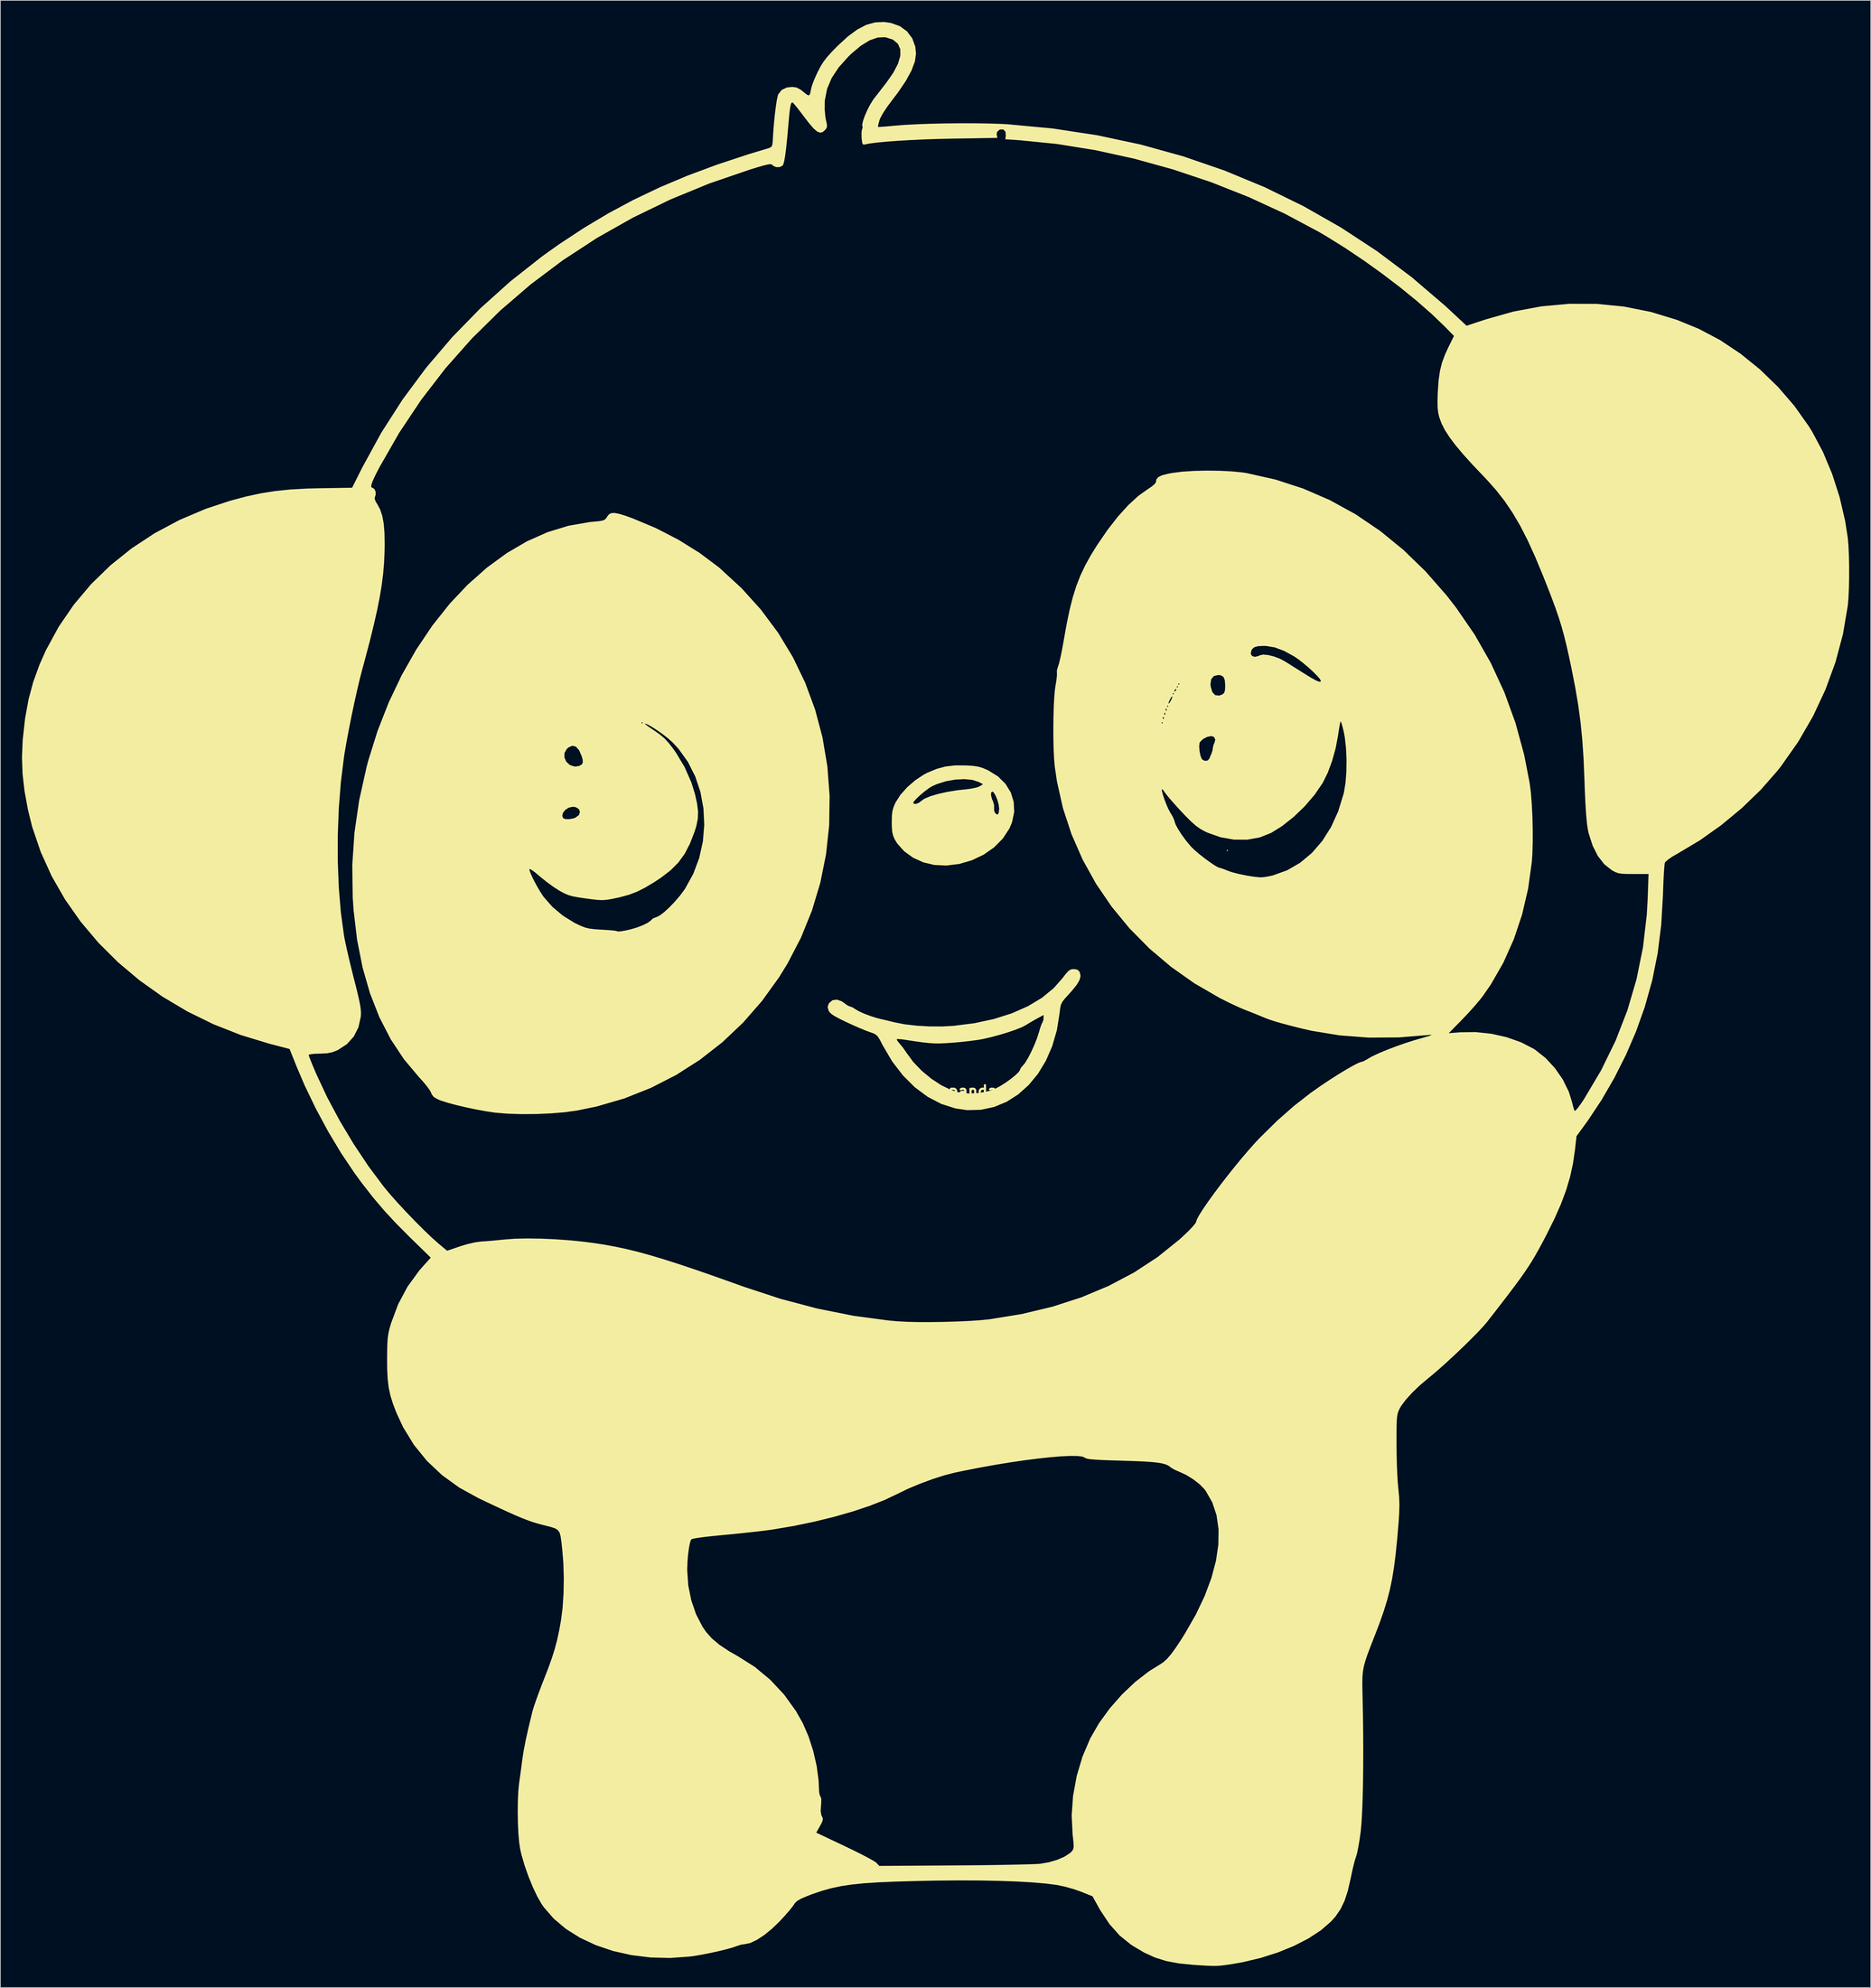
<source format=kicad_pcb>
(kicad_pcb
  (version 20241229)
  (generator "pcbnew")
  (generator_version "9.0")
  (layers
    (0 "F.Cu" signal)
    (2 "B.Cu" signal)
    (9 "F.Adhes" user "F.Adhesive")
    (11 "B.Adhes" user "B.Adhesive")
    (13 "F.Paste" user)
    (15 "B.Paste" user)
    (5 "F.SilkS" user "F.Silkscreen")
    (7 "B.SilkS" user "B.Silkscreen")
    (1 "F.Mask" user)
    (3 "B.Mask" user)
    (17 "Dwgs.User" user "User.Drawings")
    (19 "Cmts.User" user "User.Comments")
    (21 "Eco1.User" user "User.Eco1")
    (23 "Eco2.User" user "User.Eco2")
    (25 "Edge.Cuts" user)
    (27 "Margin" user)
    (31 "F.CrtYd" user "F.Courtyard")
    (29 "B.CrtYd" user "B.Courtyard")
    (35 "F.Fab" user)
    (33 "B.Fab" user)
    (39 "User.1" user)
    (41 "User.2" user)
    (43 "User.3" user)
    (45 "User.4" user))
  (footprint "panda"
    (layer "F.Cu")
    (at 131.952 148.324)
    (property "Reference" "panda" (at 0 0 0) (layer "F.SilkS") (effects (font (size 1.5 1.5) (thickness 0.3))))
    (attr board_only exclude_from_pos_files exclude_from_bom)
    (fp_poly (pts (xy 35.406 -33.386) (xy 35.31 -33.289) (xy 35.214 -33.386) (xy 35.31 -33.482)) (stroke (width 0) (type solid)) (fill yes) (layer "F.SilkS"))
    (fp_poly (pts (xy -0.975 -45.183) (xy -0.021 -45.125) (xy 0.693 -45.025) (xy 1.309 -44.851) (xy 1.972 -44.57) (xy 2.149 -44.486) (xy 3.489 -43.656) (xy 4.534 -42.623) (xy 5.267 -41.429) (xy 5.673 -40.117) (xy 5.738 -38.73) (xy 5.444 -37.311) (xy 5.077 -36.438) (xy 4.16 -35.036) (xy 2.948 -33.815) (xy 1.498 -32.801) (xy -0.132 -32.025) (xy -1.882 -31.513) (xy -3.695 -31.294) (xy -5.358 -31.374) (xy -6.889 -31.74) (xy -8.301 -32.386) (xy -9.523 -33.266) (xy -10.484 -34.336) (xy -10.823 -34.888) (xy -11.052 -35.402) (xy -11.184 -35.962) (xy -11.243 -36.693) (xy -11.252 -37.33) (xy -11.232 -38.226) (xy -11.152 -38.887) (xy -10.984 -39.46) (xy -10.745 -39.998) (xy -8.274 -39.998) (xy -8.135 -39.84) (xy -7.807 -39.862) (xy -7.426 -40.036) (xy -7.223 -40.208) (xy -6.729 -40.557) (xy -5.914 -40.9) (xy -5.535 -41.015) (xy 2.523 -41.015) (xy 2.664 -40.493) (xy 2.78 -40.237) (xy 2.947 -39.72) (xy 2.95 -39.283) (xy 2.955 -38.884) (xy 3.119 -38.536) (xy 3.36 -38.373) (xy 3.485 -38.402) (xy 3.596 -38.646) (xy 3.651 -39.113) (xy 3.652 -39.218) (xy 3.581 -39.768) (xy 3.404 -40.391) (xy 3.168 -40.973) (xy 2.918 -41.402) (xy 2.703 -41.564) (xy 2.534 -41.408) (xy 2.523 -41.015) (xy -5.535 -41.015) (xy -4.843 -41.222) (xy -3.579 -41.505) (xy -2.187 -41.732) (xy -0.962 -41.867) (xy -0.188 -41.967) (xy 0.488 -42.112) (xy 0.929 -42.273) (xy 0.946 -42.284) (xy 1.412 -42.577) (xy 0.85 -42.873) (xy -0.043 -43.17) (xy -1.172 -43.281) (xy -2.438 -43.216) (xy -3.746 -42.983) (xy -4.996 -42.591) (xy -5.65 -42.298) (xy -6.123 -42.004) (xy -6.692 -41.578) (xy -7.274 -41.091) (xy -7.787 -40.615) (xy -8.148 -40.224) (xy -8.274 -39.998) (xy -10.745 -39.998) (xy -10.726 -40.041) (xy -10.054 -41.099) (xy -9.105 -42.161) (xy -7.976 -43.136) (xy -6.764 -43.934) (xy -6.343 -44.152) (xy -5.027 -44.703) (xy -3.77 -45.04) (xy -2.43 -45.189)) (stroke (width 0) (type solid)) (fill yes) (layer "F.SilkS"))
    (fp_poly (pts (xy 14.507 -16.852) (xy 14.802 -16.551) (xy 14.854 -16.447) (xy 14.949 -15.972) (xy 14.81 -15.419) (xy 14.414 -14.745) (xy 13.74 -13.907) (xy 13.319 -13.443) (xy 12.767 -12.836) (xy 12.421 -12.389) (xy 12.224 -11.981) (xy 12.117 -11.495) (xy 12.046 -10.872) (xy 11.662 -8.465) (xy 11.018 -6.238) (xy 10.135 -4.211) (xy 9.038 -2.404) (xy 7.748 -0.839) (xy 6.289 0.465) (xy 4.682 1.485) (xy 2.95 2.202) (xy 1.116 2.594) (xy -0.797 2.641) (xy -2.405 2.408) (xy -4.388 1.776) (xy -6.283 0.785) (xy -8.066 -0.542) (xy -9.712 -2.184) (xy -11.197 -4.12) (xy -12.495 -6.327) (xy -12.571 -6.477) (xy -12.932 -7.17) (xy -12.954 -7.203) (xy -10.564 -7.203) (xy -10.504 -7.022) (xy -10.246 -6.684) (xy -10.16 -6.589) (xy -9.739 -6.079) (xy -9.298 -5.461) (xy -9.19 -5.292) (xy -8.255 -4.024) (xy -7.088 -2.815) (xy -5.769 -1.724) (xy -4.38 -0.813) (xy -3.001 -0.143) (xy -1.924 0.186) (xy -0.56 0.335) (xy 0.888 0.262) (xy 2.264 -0.016) (xy 3.127 -0.337) (xy 3.809 -0.704) (xy 4.545 -1.171) (xy 5.26 -1.683) (xy 5.88 -2.182) (xy 6.331 -2.611) (xy 6.537 -2.913) (xy 6.542 -2.95) (xy 6.676 -3.244) (xy 6.922 -3.511) (xy 7.248 -3.91) (xy 7.653 -4.579) (xy 8.091 -5.426) (xy 8.517 -6.357) (xy 8.885 -7.278) (xy 9.146 -8.082) (xy 9.342 -8.745) (xy 9.525 -9.263) (xy 9.65 -9.515) (xy 9.783 -9.842) (xy 9.814 -10.127) (xy 9.814 -10.556) (xy 8.9 -10.062) (xy 8.218 -9.679) (xy 7.551 -9.28) (xy 7.312 -9.129) (xy 6.766 -8.85) (xy 5.931 -8.519) (xy 4.891 -8.163) (xy 3.734 -7.811) (xy 2.545 -7.489) (xy 1.412 -7.226) (xy 1.397 -7.223) (xy 0.659 -7.096) (xy -0.335 -6.961) (xy -1.459 -6.834) (xy -2.585 -6.731) (xy -2.644 -6.726) (xy -3.664 -6.653) (xy -4.516 -6.614) (xy -5.29 -6.616) (xy -6.081 -6.664) (xy -6.982 -6.762) (xy -8.085 -6.917) (xy -9.327 -7.109) (xy -9.949 -7.192) (xy -10.4 -7.223) (xy -10.564 -7.203) (xy -12.954 -7.203) (xy -13.217 -7.606) (xy -13.516 -7.872) (xy -13.918 -8.059) (xy -14.281 -8.181) (xy -14.858 -8.393) (xy -15.671 -8.728) (xy -16.611 -9.14) (xy -17.546 -9.57) (xy -18.525 -10.046) (xy -19.206 -10.415) (xy -19.648 -10.714) (xy -19.91 -10.983) (xy -20.022 -11.184) (xy -20.149 -11.66) (xy -20.028 -12.065) (xy -19.934 -12.218) (xy -19.475 -12.611) (xy -18.872 -12.692) (xy -18.205 -12.462) (xy -17.86 -12.219) (xy -17.43 -11.907) (xy -17.089 -11.744) (xy -17.041 -11.738) (xy -16.72 -11.628) (xy -16.334 -11.382) (xy -15.831 -11.084) (xy -15.078 -10.744) (xy -14.195 -10.41) (xy -13.307 -10.13) (xy -12.799 -10.002) (xy -12.171 -9.858) (xy -11.383 -9.668) (xy -10.872 -9.54) (xy -9.486 -9.268) (xy -7.842 -9.077) (xy -6.061 -8.974) (xy -4.26 -8.967) (xy -2.687 -9.051) (xy 0.236 -9.422) (xy 2.949 -10.008) (xy 5.428 -10.797) (xy 7.649 -11.779) (xy 9.587 -12.943) (xy 11.217 -14.279) (xy 12.411 -15.632) (xy 12.91 -16.28) (xy 13.272 -16.67) (xy 13.576 -16.865) (xy 13.898 -16.929) (xy 14.003 -16.931)) (stroke (width 0) (type solid)) (fill yes) (layer "F.SilkS"))
    (fp_poly (pts (xy -49.104 -80.093) (xy -48.22 -79.822) (xy -47.218 -79.462) (xy -43.983 -78.106) (xy -40.867 -76.498) (xy -37.95 -74.685) (xy -35.314 -72.714) (xy -35.107 -72.541) (xy -32.099 -69.774) (xy -29.404 -66.788) (xy -27.029 -63.596) (xy -24.981 -60.214) (xy -23.266 -56.656) (xy -21.891 -52.935) (xy -20.864 -49.067) (xy -20.191 -45.065) (xy -19.88 -40.986) (xy -19.938 -36.898) (xy -20.37 -32.861) (xy -21.17 -28.9) (xy -22.33 -25.039) (xy -23.844 -21.304) (xy -25.705 -17.717) (xy -26.899 -15.779) (xy -29.263 -12.5) (xy -31.89 -9.495) (xy -34.762 -6.776) (xy -37.861 -4.354) (xy -41.169 -2.241) (xy -44.67 -0.448) (xy -48.344 1.013) (xy -52.175 2.13) (xy -54.937 2.7) (xy -56.619 2.93) (xy -58.544 3.09) (xy -60.592 3.18) (xy -62.64 3.196) (xy -64.567 3.135) (xy -66.25 2.993) (xy -66.381 2.977) (xy -67.597 2.795) (xy -68.935 2.55) (xy -70.307 2.261) (xy -71.624 1.951) (xy -72.798 1.638) (xy -73.739 1.344) (xy -74.2 1.166) (xy -74.8 0.824) (xy -75.107 0.428) (xy -75.164 0.255) (xy -75.347 -0.099) (xy -75.742 -0.646) (xy -76.288 -1.309) (xy -76.855 -1.934) (xy -78.954 -4.43) (xy -80.788 -7.203) (xy -82.356 -10.248) (xy -83.656 -13.561) (xy -84.686 -17.138) (xy -85.446 -20.975) (xy -85.932 -25.068) (xy -86.054 -26.843) (xy -86.11 -30.798) (xy -61.54 -30.798) (xy -61.49 -30.513) (xy -61.279 -29.986) (xy -60.948 -29.298) (xy -60.542 -28.534) (xy -60.102 -27.775) (xy -59.673 -27.106) (xy -59.529 -26.904) (xy -58.345 -25.557) (xy -56.895 -24.341) (xy -55.298 -23.353) (xy -55.13 -23.268) (xy -54.387 -22.915) (xy -53.787 -22.685) (xy -53.196 -22.543) (xy -52.479 -22.457) (xy -51.571 -22.399) (xy -50.731 -22.347) (xy -50.046 -22.292) (xy -49.599 -22.241) (xy -49.47 -22.21) (xy -49.247 -22.138) (xy -48.786 -22.171) (xy -48.036 -22.313) (xy -47.571 -22.419) (xy -46.665 -22.679) (xy -45.819 -23.002) (xy -45.125 -23.346) (xy -44.678 -23.668) (xy -44.593 -23.774) (xy -44.312 -23.993) (xy -43.889 -24.146) (xy -43.436 -24.368) (xy -42.823 -24.838) (xy -42.112 -25.493) (xy -41.368 -26.267) (xy -40.656 -27.098) (xy -40.04 -27.921) (xy -39.925 -28.094) (xy -38.787 -30.159) (xy -37.968 -32.351) (xy -37.464 -34.627) (xy -37.271 -36.939) (xy -37.386 -39.244) (xy -37.804 -41.496) (xy -38.522 -43.651) (xy -39.536 -45.662) (xy -40.841 -47.485) (xy -41.672 -48.382) (xy -42.244 -48.893) (xy -42.946 -49.446) (xy -43.698 -49.986) (xy -44.419 -50.458) (xy -45.029 -50.809) (xy -45.447 -50.983) (xy -45.52 -50.992) (xy -45.455 -50.897) (xy -45.129 -50.644) (xy -44.602 -50.279) (xy -44.354 -50.116) (xy -43.504 -49.528) (xy -42.821 -48.955) (xy -42.201 -48.293) (xy -41.546 -47.443) (xy -41.198 -46.952) (xy -40.002 -44.959) (xy -39.057 -42.812) (xy -38.561 -41.216) (xy -38.266 -39.883) (xy -38.134 -38.779) (xy -38.168 -37.785) (xy -38.369 -36.782) (xy -38.606 -36.016) (xy -39.262 -34.322) (xy -39.992 -32.915) (xy -40.864 -31.713) (xy -41.941 -30.634) (xy -43.29 -29.597) (xy -44.227 -28.979) (xy -45.49 -28.223) (xy -46.604 -27.664) (xy -47.709 -27.243) (xy -48.945 -26.905) (xy -49.677 -26.744) (xy -50.402 -26.601) (xy -50.982 -26.519) (xy -51.529 -26.495) (xy -52.154 -26.531) (xy -52.969 -26.625) (xy -53.718 -26.726) (xy -54.762 -26.879) (xy -55.531 -27.025) (xy -56.132 -27.195) (xy -56.672 -27.422) (xy -57.258 -27.738) (xy -57.439 -27.843) (xy -58.244 -28.365) (xy -59.152 -29.026) (xy -59.99 -29.7) (xy -60.128 -29.82) (xy -60.714 -30.312) (xy -61.186 -30.658) (xy -61.479 -30.812) (xy -61.54 -30.798) (xy -86.11 -30.798) (xy -86.118 -31.313) (xy -85.819 -35.812) (xy -85.477 -38.165) (xy -56.981 -38.165) (xy -56.829 -37.843) (xy -56.502 -37.731) (xy -55.972 -37.733) (xy -55.403 -37.841) (xy -55.149 -37.934) (xy -54.673 -38.294) (xy -54.52 -38.722) (xy -54.668 -39.12) (xy -55.093 -39.388) (xy -55.514 -39.447) (xy -56.079 -39.324) (xy -56.56 -39.012) (xy -56.884 -38.597) (xy -56.981 -38.165) (xy -85.477 -38.165) (xy -85.156 -40.364) (xy -84.126 -44.991) (xy -83.885 -45.893) (xy -83.575 -46.882) (xy -56.673 -46.882) (xy -56.672 -46.264) (xy -56.41 -45.686) (xy -55.934 -45.245) (xy -55.292 -45.034) (xy -55.153 -45.027) (xy -54.634 -45.11) (xy -54.269 -45.31) (xy -54.258 -45.322) (xy -54.122 -45.592) (xy -54.144 -45.974) (xy -54.269 -46.429) (xy -54.636 -47.284) (xy -55.077 -47.782) (xy -55.576 -47.917) (xy -56.115 -47.678) (xy -56.366 -47.448) (xy -56.673 -46.882) (xy -83.575 -46.882) (xy -82.61 -49.966) (xy -82.17 -51.089) (xy -45.989 -51.089) (xy -45.893 -50.992) (xy -45.797 -51.089) (xy -45.893 -51.185) (xy -45.989 -51.089) (xy -82.17 -51.089) (xy -81.063 -53.911) (xy -79.264 -57.689) (xy -77.236 -61.261) (xy -74.999 -64.59) (xy -72.577 -67.637) (xy -70.113 -70.245) (xy -67.436 -72.619) (xy -64.691 -74.628) (xy -61.886 -76.269) (xy -59.026 -77.538) (xy -56.121 -78.431) (xy -53.176 -78.945) (xy -52.619 -78.998) (xy -51.841 -79.074) (xy -51.351 -79.162) (xy -51.054 -79.299) (xy -50.854 -79.519) (xy -50.752 -79.685) (xy -50.51 -80.004) (xy -50.192 -80.181) (xy -49.742 -80.212)) (stroke (width 0) (type solid)) (fill yes) (layer "F.SilkS"))
    (fp_poly (pts (xy -11.365 -148.187) (xy -10.129 -147.744) (xy -9.132 -147.019) (xy -8.406 -146.052) (xy -7.985 -144.884) (xy -7.889 -143.918) (xy -8.044 -142.842) (xy -8.51 -141.591) (xy -9.293 -140.158) (xy -10.396 -138.535) (xy -11.069 -137.648) (xy -11.874 -136.572) (xy -12.483 -135.654) (xy -12.866 -134.941) (xy -12.957 -134.697) (xy -13.099 -134.175) (xy -13.168 -133.834) (xy -13.168 -133.77) (xy -12.971 -133.764) (xy -12.469 -133.793) (xy -11.74 -133.853) (xy -10.939 -133.928) (xy -9.537 -134.041) (xy -7.835 -134.133) (xy -5.92 -134.203) (xy -3.875 -134.25) (xy -1.786 -134.273) (xy 0.262 -134.27) (xy 2.184 -134.241) (xy 3.895 -134.184) (xy 4.811 -134.134) (xy 11.1 -133.547) (xy 17.267 -132.606) (xy 23.301 -131.317) (xy 29.191 -129.684) (xy 34.926 -127.711) (xy 40.495 -125.404) (xy 45.888 -122.766) (xy 51.094 -119.802) (xy 56.102 -116.517) (xy 60.901 -112.915) (xy 65.481 -109.001) (xy 66.344 -108.205) (xy 68.515 -106.178) (xy 71.155 -107.055) (xy 75.013 -108.147) (xy 78.884 -108.871) (xy 82.748 -109.226) (xy 86.584 -109.216) (xy 90.371 -108.839) (xy 94.087 -108.098) (xy 97.712 -106.993) (xy 100.774 -105.737) (xy 103.7 -104.188) (xy 106.535 -102.3) (xy 109.231 -100.119) (xy 111.74 -97.687) (xy 114.012 -95.049) (xy 115.999 -92.249) (xy 116.491 -91.454) (xy 117.973 -88.666) (xy 119.245 -85.623) (xy 120.278 -82.413) (xy 121.045 -79.12) (xy 121.41 -76.782) (xy 121.505 -75.72) (xy 121.568 -74.382) (xy 121.601 -72.878) (xy 121.602 -71.316) (xy 121.572 -69.805) (xy 121.511 -68.454) (xy 121.418 -67.37) (xy 121.415 -67.343) (xy 120.748 -63.413) (xy 119.712 -59.524) (xy 118.322 -55.714) (xy 116.593 -52.017) (xy 114.541 -48.47) (xy 112.18 -45.109) (xy 111.663 -44.451) (xy 109.344 -41.807) (xy 106.72 -39.271) (xy 103.871 -36.908) (xy 100.874 -34.783) (xy 97.881 -33) (xy 97.051 -32.519) (xy 96.43 -32.09) (xy 96.079 -31.758) (xy 96.032 -31.677) (xy 95.981 -31.367) (xy 95.927 -30.737) (xy 95.872 -29.85) (xy 95.821 -28.77) (xy 95.778 -27.562) (xy 95.768 -27.228) (xy 95.527 -23.071) (xy 95.035 -19.14) (xy 94.276 -15.358) (xy 93.235 -11.649) (xy 92.031 -8.274) (xy 90.65 -5.065) (xy 89.034 -1.857) (xy 87.249 1.228) (xy 85.364 4.066) (xy 85.133 4.386) (xy 83.771 6.254) (xy 83.553 8.178) (xy 83.279 10.06) (xy 82.88 11.891) (xy 82.333 13.734) (xy 81.617 15.654) (xy 80.708 17.714) (xy 79.583 19.979) (xy 79.044 21.002) (xy 78.558 21.901) (xy 78.1 22.716) (xy 77.644 23.487) (xy 77.16 24.255) (xy 76.621 25.061) (xy 75.999 25.945) (xy 75.264 26.946) (xy 74.389 28.107) (xy 73.347 29.467) (xy 72.107 31.067) (xy 71.375 32.008) (xy 70.844 32.631) (xy 70.078 33.449) (xy 69.134 34.407) (xy 68.07 35.45) (xy 66.943 36.524) (xy 65.811 37.573) (xy 64.73 38.543) (xy 63.76 39.378) (xy 63.203 39.832) (xy 62.041 40.812) (xy 60.989 41.819) (xy 60.106 42.789) (xy 59.455 43.655) (xy 59.217 44.065) (xy 59.074 44.372) (xy 58.967 44.681) (xy 58.89 45.049) (xy 58.84 45.537) (xy 58.81 46.201) (xy 58.796 47.103) (xy 58.792 48.299) (xy 58.793 49.068) (xy 58.808 50.448) (xy 58.844 51.84) (xy 58.897 53.149) (xy 58.963 54.276) (xy 59.038 55.125) (xy 59.046 55.186) (xy 59.155 56.294) (xy 59.195 57.366) (xy 59.166 58.546) (xy 59.083 59.804) (xy 58.883 62.178) (xy 58.675 64.236) (xy 58.446 66.043) (xy 58.181 67.669) (xy 57.866 69.181) (xy 57.486 70.646) (xy 57.027 72.133) (xy 56.475 73.709) (xy 55.815 75.441) (xy 55.705 75.719) (xy 55.168 77.089) (xy 54.757 78.179) (xy 54.457 79.069) (xy 54.252 79.837) (xy 54.126 80.562) (xy 54.063 81.322) (xy 54.048 82.195) (xy 54.064 83.261) (xy 54.077 83.801) (xy 54.132 86.435) (xy 54.165 89.033) (xy 54.176 91.552) (xy 54.167 93.951) (xy 54.138 96.186) (xy 54.089 98.216) (xy 54.021 99.997) (xy 53.936 101.488) (xy 53.833 102.646) (xy 53.808 102.849) (xy 53.66 103.888) (xy 53.498 104.845) (xy 53.34 105.628) (xy 53.202 106.144) (xy 53.175 106.216) (xy 53.027 106.668) (xy 52.834 107.398) (xy 52.623 108.303) (xy 52.421 109.271) (xy 52.031 110.965) (xy 51.574 112.354) (xy 51.012 113.516) (xy 50.312 114.532) (xy 49.679 115.237) (xy 48.287 116.436) (xy 46.567 117.56) (xy 44.57 118.587) (xy 42.351 119.492) (xy 39.961 120.256) (xy 37.453 120.853) (xy 35.885 121.128) (xy 35.128 121.239) (xy 34.521 121.316) (xy 33.975 121.359) (xy 33.402 121.369) (xy 32.713 121.349) (xy 31.82 121.3) (xy 30.633 121.223) (xy 30.595 121.221) (xy 28.587 121.023) (xy 26.847 120.695) (xy 25.274 120.202) (xy 23.763 119.511) (xy 22.212 118.588) (xy 21.883 118.37) (xy 20.352 117.131) (xy 18.964 115.571) (xy 17.698 113.667) (xy 17.491 113.303) (xy 16.606 111.709) (xy 14.998 111.065) (xy 13.987 110.712) (xy 12.83 110.388) (xy 11.764 110.157) (xy 11.682 110.144) (xy 10.172 109.947) (xy 8.314 109.785) (xy 6.143 109.66) (xy 3.692 109.571) (xy 0.997 109.519) (xy -1.907 109.506) (xy -4.985 109.531) (xy -8.204 109.596) (xy -10.968 109.68) (xy -13.202 109.777) (xy -15.118 109.905) (xy -16.78 110.074) (xy -18.256 110.296) (xy -19.609 110.58) (xy -20.907 110.939) (xy -22.215 111.382) (xy -22.936 111.656) (xy -23.785 112.015) (xy -24.341 112.327) (xy -24.683 112.64) (xy -24.808 112.832) (xy -25.057 113.187) (xy -25.51 113.742) (xy -26.106 114.421) (xy -26.779 115.15) (xy -26.801 115.174) (xy -27.868 116.206) (xy -28.939 117.077) (xy -29.956 117.747) (xy -30.864 118.181) (xy -31.606 118.341) (xy -31.627 118.341) (xy -32.152 118.419) (xy -32.737 118.606) (xy -32.754 118.613) (xy -33.349 118.82) (xy -34.229 119.065) (xy -35.299 119.326) (xy -36.463 119.581) (xy -37.626 119.809) (xy -38.693 119.99) (xy -39.249 120.067) (xy -42.025 120.266) (xy -44.756 120.195) (xy -47.407 119.866) (xy -49.939 119.294) (xy -52.317 118.489) (xy -54.503 117.467) (xy -56.46 116.24) (xy -58.151 114.82) (xy -59.54 113.222) (xy -59.822 112.815) (xy -60.433 111.758) (xy -61.064 110.432) (xy -61.67 108.948) (xy -62.209 107.415) (xy -62.637 105.945) (xy -62.821 105.147) (xy -62.964 104.177) (xy -63.069 102.927) (xy -63.134 101.499) (xy -63.159 99.995) (xy -63.141 98.519) (xy -63.08 97.173) (xy -62.973 96.059) (xy -62.954 95.923) (xy -62.811 94.924) (xy -62.656 93.789) (xy -62.527 92.778) (xy -62.34 91.563) (xy -62.049 90.056) (xy -61.668 88.331) (xy -61.214 86.463) (xy -61.074 85.917) (xy -60.899 85.343) (xy -60.611 84.501) (xy -60.242 83.484) (xy -59.823 82.379) (xy -59.551 81.684) (xy -58.912 80.036) (xy -58.409 78.631) (xy -58.01 77.362) (xy -57.685 76.126) (xy -57.403 74.818) (xy -57.153 73.439) (xy -56.929 71.686) (xy -56.798 69.688) (xy -56.762 67.574) (xy -56.796 66.458) (xy -39.639 66.458) (xy -39.494 68.576) (xy -39.074 70.646) (xy -38.407 72.586) (xy -37.516 74.311) (xy -37.029 75.021) (xy -36.224 75.929) (xy -35.183 76.807) (xy -33.855 77.693) (xy -32.616 78.4) (xy -30.27 79.88) (xy -28.114 81.671) (xy -26.194 83.725) (xy -24.555 85.997) (xy -23.597 87.695) (xy -22.798 89.541) (xy -22.145 91.568) (xy -21.67 93.647) (xy -21.405 95.648) (xy -21.36 96.73) (xy -21.322 97.321) (xy -21.227 97.742) (xy -21.15 97.858) (xy -21.036 98.144) (xy -21.039 98.773) (xy -21.07 99.097) (xy -21.116 99.921) (xy -21.018 100.467) (xy -20.943 100.617) (xy -20.817 100.898) (xy -20.842 101.203) (xy -21.042 101.652) (xy -21.208 101.954) (xy -21.729 102.881) (xy -17.744 104.766) (xy -16.577 105.328) (xy -15.511 105.861) (xy -14.601 106.335) (xy -13.902 106.722) (xy -13.47 106.992) (xy -13.373 107.072) (xy -12.989 107.494) (xy -2.598 107.427) (xy -0.577 107.411) (xy 1.374 107.391) (xy 3.21 107.366) (xy 4.891 107.337) (xy 6.374 107.307) (xy 7.616 107.274) (xy 8.574 107.241) (xy 9.207 107.208) (xy 9.358 107.195) (xy 10.556 106.989) (xy 11.712 106.647) (xy 12.722 106.209) (xy 13.483 105.714) (xy 13.66 105.547) (xy 13.844 105.332) (xy 13.952 105.106) (xy 13.991 104.785) (xy 13.968 104.284) (xy 13.889 103.518) (xy 13.843 103.123) (xy 13.714 100.498) (xy 13.908 97.774) (xy 14.41 95.032) (xy 15.206 92.357) (xy 16.278 89.831) (xy 16.311 89.766) (xy 17.516 87.681) (xy 18.998 85.642) (xy 20.689 83.718) (xy 22.523 81.98) (xy 24.433 80.499) (xy 25.931 79.569) (xy 26.432 79.239) (xy 26.936 78.783) (xy 27.481 78.155) (xy 28.104 77.307) (xy 28.843 76.195) (xy 29.401 75.311) (xy 30.931 72.65) (xy 32.165 70.061) (xy 33.101 67.563) (xy 33.737 65.174) (xy 34.07 62.911) (xy 34.097 60.792) (xy 33.818 58.836) (xy 33.228 57.061) (xy 32.325 55.485) (xy 32.106 55.194) (xy 31.46 54.537) (xy 30.584 53.86) (xy 29.614 53.259) (xy 28.689 52.827) (xy 28.634 52.807) (xy 28.032 52.548) (xy 27.529 52.255) (xy 27.426 52.173) (xy 27.128 51.958) (xy 26.74 51.783) (xy 26.218 51.643) (xy 25.519 51.532) (xy 24.598 51.443) (xy 23.411 51.372) (xy 21.915 51.313) (xy 20.642 51.274) (xy 19.065 51.226) (xy 17.833 51.177) (xy 16.911 51.124) (xy 16.259 51.064) (xy 15.839 50.995) (xy 15.613 50.912) (xy 15.568 50.874) (xy 15.218 50.712) (xy 14.527 50.627) (xy 13.53 50.615) (xy 12.262 50.672) (xy 10.758 50.795) (xy 9.052 50.978) (xy 7.181 51.218) (xy 5.178 51.512) (xy 3.08 51.854) (xy 0.92 52.242) (xy -1.265 52.671) (xy -2.476 52.925) (xy -3.946 53.304) (xy -5.609 53.836) (xy -7.331 54.472) (xy -8.977 55.161) (xy -10.413 55.855) (xy -10.461 55.88) (xy -12.229 56.72) (xy -14.324 57.541) (xy -16.687 58.329) (xy -19.261 59.065) (xy -21.988 59.735) (xy -24.809 60.322) (xy -27.667 60.808) (xy -28.19 60.885) (xy -29.036 60.996) (xy -30.17 61.129) (xy -31.497 61.274) (xy -32.919 61.421) (xy -34.342 61.558) (xy -34.631 61.585) (xy -36.082 61.726) (xy -37.287 61.863) (xy -38.212 61.99) (xy -38.823 62.102) (xy -39.087 62.195) (xy -39.092 62.201) (xy -39.245 62.627) (xy -39.389 63.342) (xy -39.511 64.249) (xy -39.598 65.253) (xy -39.638 66.256) (xy -39.639 66.458) (xy -56.796 66.458) (xy -56.825 65.474) (xy -56.979 63.596) (xy -57.098 62.517) (xy -57.209 61.749) (xy -57.363 61.227) (xy -57.614 60.882) (xy -58.015 60.647) (xy -58.619 60.455) (xy -59.479 60.237) (xy -59.661 60.192) (xy -60.361 60.005) (xy -61.041 59.798) (xy -61.75 59.554) (xy -62.534 59.25) (xy -63.441 58.869) (xy -64.519 58.389) (xy -65.815 57.792) (xy -67.377 57.057) (xy -68.599 56.476) (xy -71.27 55.007) (xy -73.657 53.281) (xy -75.755 51.305) (xy -77.56 49.083) (xy -79.066 46.62) (xy -79.987 44.642) (xy -80.471 43.382) (xy -80.823 42.245) (xy -81.063 41.128) (xy -81.207 39.924) (xy -81.274 38.53) (xy -81.284 37.138) (xy -81.272 35.91) (xy -81.245 34.975) (xy -81.192 34.242) (xy -81.103 33.62) (xy -80.968 33.018) (xy -80.777 32.343) (xy -80.743 32.231) (xy -79.749 29.568) (xy -78.45 27.134) (xy -76.835 24.912) (xy -76.303 24.302) (xy -75.221 23.108) (xy -78.121 20.279) (xy -80.046 18.344) (xy -81.745 16.507) (xy -83.314 14.655) (xy -84.85 12.677) (xy -85.794 11.386) (xy -87.653 8.622) (xy -89.472 5.59) (xy -91.187 2.407) (xy -92.734 -0.809) (xy -93.786 -3.272) (xy -94.485 -5.014) (xy -92.171 -5.014) (xy -92.099 -4.78) (xy -91.9 -4.263) (xy -91.602 -3.533) (xy -91.233 -2.658) (xy -91.109 -2.369) (xy -89.616 0.824) (xy -87.87 4.091) (xy -85.939 7.318) (xy -83.891 10.393) (xy -81.792 13.204) (xy -81.657 13.373) (xy -80.796 14.4) (xy -79.749 15.575) (xy -78.585 16.826) (xy -77.374 18.081) (xy -76.188 19.267) (xy -75.095 20.312) (xy -74.167 21.142) (xy -74.049 21.241) (xy -72.957 22.151) (xy -71.163 21.537) (xy -70.136 21.227) (xy -69.134 20.995) (xy -68.309 20.876) (xy -68.214 20.87) (xy -67.522 20.825) (xy -66.591 20.747) (xy -65.567 20.649) (xy -64.943 20.583) (xy -63.511 20.479) (xy -61.79 20.443) (xy -59.869 20.472) (xy -57.837 20.564) (xy -55.783 20.716) (xy -54.14 20.885) (xy -52.609 21.08) (xy -51.122 21.308) (xy -49.642 21.578) (xy -48.13 21.9) (xy -46.548 22.287) (xy -44.858 22.748) (xy -43.022 23.295) (xy -41.002 23.937) (xy -38.76 24.685) (xy -36.257 25.551) (xy -33.456 26.544) (xy -31.846 27.123) (xy -26.706 28.814) (xy -21.598 30.167) (xy -16.554 31.177) (xy -11.607 31.835) (xy -10.487 31.935) (xy -9.21 32.008) (xy -7.648 32.045) (xy -5.899 32.05) (xy -4.056 32.024) (xy -2.217 31.969) (xy -0.476 31.888) (xy 1.07 31.783) (xy 2.309 31.657) (xy 6.797 30.928) (xy 11.055 29.91) (xy 15.076 28.608) (xy 18.852 27.024) (xy 22.377 25.161) (xy 25.642 23.023) (xy 28.641 20.613) (xy 29.433 19.888) (xy 30.059 19.275) (xy 30.564 18.734) (xy 30.889 18.331) (xy 30.98 18.15) (xy 31.101 17.776) (xy 31.442 17.153) (xy 31.972 16.32) (xy 32.659 15.319) (xy 33.474 14.191) (xy 34.385 12.976) (xy 35.36 11.717) (xy 36.369 10.454) (xy 37.38 9.227) (xy 38.363 8.079) (xy 39.285 7.051) (xy 39.83 6.474) (xy 42.204 4.135) (xy 44.533 2.08) (xy 46.909 0.23) (xy 48.298 -0.748) (xy 49.464 -1.524) (xy 50.595 -2.247) (xy 51.641 -2.887) (xy 52.55 -3.413) (xy 53.272 -3.798) (xy 53.755 -4.009) (xy 53.901 -4.041) (xy 54.224 -4.143) (xy 54.694 -4.398) (xy 54.844 -4.496) (xy 55.463 -4.845) (xy 56.371 -5.268) (xy 57.489 -5.732) (xy 58.736 -6.208) (xy 60.032 -6.663) (xy 61.296 -7.067) (xy 62.153 -7.312) (xy 62.916 -7.527) (xy 63.43 -7.691) (xy 63.655 -7.79) (xy 63.554 -7.81) (xy 63.5 -7.805) (xy 59.126 -7.448) (xy 54.93 -7.422) (xy 50.894 -7.729) (xy 46.997 -8.37) (xy 45.344 -8.752) (xy 43.916 -9.117) (xy 42.794 -9.418) (xy 41.908 -9.675) (xy 41.189 -9.91) (xy 40.568 -10.142) (xy 40.22 -10.286) (xy 39.467 -10.599) (xy 38.565 -10.96) (xy 37.811 -11.253) (xy 37.095 -11.552) (xy 36.165 -11.976) (xy 35.148 -12.466) (xy 34.252 -12.921) (xy 30.752 -14.95) (xy 27.489 -17.252) (xy 24.476 -19.805) (xy 21.73 -22.589) (xy 19.265 -25.583) (xy 17.095 -28.766) (xy 15.236 -32.117) (xy 13.701 -35.616) (xy 12.507 -39.243) (xy 11.965 -41.653) (xy 26.236 -41.653) (xy 26.357 -41.166) (xy 26.567 -40.525) (xy 26.831 -39.83) (xy 27.112 -39.179) (xy 27.376 -38.671) (xy 27.441 -38.569) (xy 27.758 -38.032) (xy 27.959 -37.557) (xy 27.988 -37.425) (xy 28.143 -36.973) (xy 28.496 -36.32) (xy 28.993 -35.553) (xy 29.575 -34.757) (xy 30.187 -34.019) (xy 30.345 -33.846) (xy 30.82 -33.39) (xy 31.451 -32.855) (xy 32.16 -32.299) (xy 32.871 -31.777) (xy 33.508 -31.346) (xy 33.994 -31.063) (xy 34.229 -30.98) (xy 34.499 -30.909) (xy 34.988 -30.728) (xy 35.329 -30.587) (xy 36.024 -30.351) (xy 36.966 -30.111) (xy 38.016 -29.897) (xy 39.036 -29.735) (xy 39.888 -29.655) (xy 39.936 -29.653) (xy 40.445 -29.691) (xy 41.143 -29.811) (xy 41.659 -29.93) (xy 43.619 -30.635) (xy 45.421 -31.678) (xy 47.048 -33.037) (xy 48.481 -34.692) (xy 49.704 -36.621) (xy 50.697 -38.804) (xy 51.442 -41.219) (xy 51.501 -41.467) (xy 51.714 -42.754) (xy 51.832 -44.285) (xy 51.856 -45.93) (xy 51.785 -47.56) (xy 51.621 -49.046) (xy 51.483 -49.793) (xy 51.312 -50.5) (xy 51.162 -51.021) (xy 51.055 -51.277) (xy 51.031 -51.287) (xy 50.965 -51.067) (xy 50.865 -50.552) (xy 50.749 -49.829) (xy 50.674 -49.311) (xy 50.343 -47.552) (xy 49.852 -45.791) (xy 49.243 -44.155) (xy 48.557 -42.772) (xy 48.536 -42.736) (xy 47.428 -41.116) (xy 46.063 -39.524) (xy 44.529 -38.046) (xy 42.918 -36.769) (xy 41.392 -35.82) (xy 39.806 -35.19) (xy 38.07 -34.879) (xy 36.244 -34.887) (xy 34.391 -35.212) (xy 32.571 -35.852) (xy 32.155 -36.048) (xy 31.549 -36.387) (xy 30.953 -36.814) (xy 30.298 -37.39) (xy 29.512 -38.174) (xy 28.994 -38.72) (xy 28.272 -39.504) (xy 27.617 -40.239) (xy 27.09 -40.855) (xy 26.749 -41.285) (xy 26.688 -41.374) (xy 26.427 -41.74) (xy 26.256 -41.894) (xy 26.239 -41.89) (xy 26.236 -41.653) (xy 11.965 -41.653) (xy 11.668 -42.975) (xy 11.367 -45.027) (xy 11.277 -46.055) (xy 11.214 -47.328) (xy 11.202 -47.811) (xy 31.41 -47.811) (xy 31.461 -47.166) (xy 31.588 -46.531) (xy 31.765 -46.081) (xy 31.795 -46.038) (xy 32.153 -45.822) (xy 32.552 -45.85) (xy 32.819 -46.106) (xy 32.828 -46.134) (xy 33.013 -46.604) (xy 33.111 -46.805) (xy 33.265 -47.288) (xy 33.289 -47.529) (xy 33.392 -48.02) (xy 33.512 -48.276) (xy 33.646 -48.74) (xy 33.492 -49.108) (xy 33.101 -49.261) (xy 33.093 -49.261) (xy 32.514 -49.141) (xy 31.946 -48.843) (xy 31.542 -48.457) (xy 31.459 -48.292) (xy 31.41 -47.811) (xy 11.202 -47.811) (xy 11.178 -48.766) (xy 11.169 -50.288) (xy 11.177 -51.089) (xy 26.17 -51.089) (xy 26.266 -50.992) (xy 26.362 -51.089) (xy 26.266 -51.185) (xy 26.17 -51.089) (xy 11.177 -51.089) (xy 11.184 -51.762) (xy 26.362 -51.762) (xy 26.433 -51.604) (xy 26.49 -51.634) (xy 26.513 -51.862) (xy 26.49 -51.89) (xy 26.376 -51.864) (xy 26.362 -51.762) (xy 11.184 -51.762) (xy 11.185 -51.813) (xy 11.2 -52.339) (xy 26.555 -52.339) (xy 26.625 -52.181) (xy 26.683 -52.211) (xy 26.706 -52.439) (xy 26.683 -52.468) (xy 26.568 -52.441) (xy 26.555 -52.339) (xy 11.2 -52.339) (xy 11.216 -52.917) (xy 26.747 -52.917) (xy 26.817 -52.758) (xy 26.875 -52.788) (xy 26.898 -53.017) (xy 26.875 -53.045) (xy 26.761 -53.019) (xy 26.747 -52.917) (xy 11.216 -52.917) (xy 11.226 -53.261) (xy 11.233 -53.398) (xy 26.939 -53.398) (xy 27.036 -53.302) (xy 27.132 -53.398) (xy 27.036 -53.494) (xy 26.939 -53.398) (xy 11.233 -53.398) (xy 11.252 -53.783) (xy 27.145 -53.783) (xy 27.224 -53.785) (xy 27.412 -54.057) (xy 27.42 -54.071) (xy 27.622 -54.486) (xy 27.695 -54.745) (xy 27.617 -54.742) (xy 27.429 -54.47) (xy 27.42 -54.456) (xy 27.219 -54.042) (xy 27.145 -53.783) (xy 11.252 -53.783) (xy 11.291 -54.551) (xy 11.34 -55.13) (xy 27.709 -55.13) (xy 27.805 -55.033) (xy 27.902 -55.13) (xy 27.805 -55.226) (xy 27.709 -55.13) (xy 11.34 -55.13) (xy 11.365 -55.431) (xy 27.949 -55.431) (xy 27.975 -55.418) (xy 28.151 -55.554) (xy 28.19 -55.611) (xy 28.239 -55.791) (xy 28.213 -55.803) (xy 28.037 -55.668) (xy 27.998 -55.611) (xy 27.949 -55.431) (xy 11.365 -55.431) (xy 11.379 -55.603) (xy 11.449 -56.092) (xy 28.286 -56.092) (xy 28.383 -55.995) (xy 28.479 -56.092) (xy 28.383 -56.188) (xy 28.286 -56.092) (xy 11.449 -56.092) (xy 11.467 -56.223) (xy 11.51 -56.477) (xy 28.479 -56.477) (xy 28.575 -56.38) (xy 28.64 -56.445) (xy 32.976 -56.445) (xy 33.009 -56.106) (xy 33.235 -55.352) (xy 33.626 -54.934) (xy 34.165 -54.863) (xy 34.649 -55.04) (xy 34.879 -55.25) (xy 34.992 -55.63) (xy 35.021 -56.252) (xy 34.962 -57.026) (xy 34.76 -57.488) (xy 34.375 -57.698) (xy 34.05 -57.727) (xy 33.439 -57.579) (xy 33.077 -57.146) (xy 32.976 -56.445) (xy 28.64 -56.445) (xy 28.671 -56.477) (xy 28.575 -56.573) (xy 28.479 -56.477) (xy 11.51 -56.477) (xy 11.593 -56.976) (xy 11.665 -57.6) (xy 11.672 -57.985) (xy 11.661 -58.034) (xy 11.665 -58.371) (xy 11.803 -58.869) (xy 11.845 -58.973) (xy 11.978 -59.405) (xy 12.15 -60.128) (xy 12.27 -60.702) (xy 38.557 -60.702) (xy 38.734 -60.372) (xy 39.123 -60.241) (xy 39.644 -60.362) (xy 39.816 -60.456) (xy 40.277 -60.56) (xy 40.968 -60.498) (xy 41.783 -60.297) (xy 42.619 -59.98) (xy 43.295 -59.622) (xy 43.827 -59.288) (xy 44.572 -58.82) (xy 45.415 -58.29) (xy 45.989 -57.928) (xy 46.941 -57.344) (xy 47.615 -56.972) (xy 48.042 -56.796) (xy 48.256 -56.801) (xy 48.297 -56.909) (xy 48.154 -57.184) (xy 47.769 -57.63) (xy 47.209 -58.189) (xy 46.539 -58.8) (xy 45.825 -59.403) (xy 45.132 -59.937) (xy 44.621 -60.285) (xy 43.189 -61.073) (xy 41.896 -61.557) (xy 40.676 -61.757) (xy 40.377 -61.766) (xy 39.581 -61.728) (xy 39.072 -61.59) (xy 38.757 -61.319) (xy 38.673 -61.182) (xy 38.557 -60.702) (xy 12.27 -60.702) (xy 12.343 -61.055) (xy 12.537 -62.096) (xy 12.605 -62.49) (xy 13.018 -64.8) (xy 13.433 -66.793) (xy 13.874 -68.535) (xy 14.364 -70.092) (xy 14.926 -71.531) (xy 15.584 -72.919) (xy 16.361 -74.321) (xy 17.247 -75.754) (xy 18.683 -77.849) (xy 20.131 -79.704) (xy 21.562 -81.285) (xy 22.948 -82.562) (xy 24.259 -83.501) (xy 24.294 -83.521) (xy 24.856 -83.899) (xy 25.255 -84.247) (xy 25.4 -84.482) (xy 25.478 -84.884) (xy 25.747 -85.192) (xy 26.262 -85.437) (xy 27.077 -85.647) (xy 27.712 -85.765) (xy 29.055 -85.935) (xy 30.66 -86.04) (xy 32.412 -86.082) (xy 34.194 -86.061) (xy 35.889 -85.978) (xy 37.381 -85.832) (xy 38.004 -85.737) (xy 41.99 -84.844) (xy 45.84 -83.592) (xy 49.546 -81.986) (xy 53.105 -80.029) (xy 56.509 -77.725) (xy 59.754 -75.078) (xy 62.834 -72.091) (xy 65.742 -68.768) (xy 67.071 -67.06) (xy 69.645 -63.315) (xy 71.874 -59.406) (xy 73.759 -55.326) (xy 75.304 -51.071) (xy 76.511 -46.636) (xy 77.272 -42.718) (xy 77.436 -41.42) (xy 77.562 -39.846) (xy 77.65 -38.102) (xy 77.695 -36.295) (xy 77.694 -34.532) (xy 77.646 -32.919) (xy 77.569 -31.792) (xy 77.056 -28.085) (xy 76.219 -24.498) (xy 75.069 -21.066) (xy 73.621 -17.821) (xy 71.886 -14.8) (xy 70.751 -13.159) (xy 70.225 -12.498) (xy 69.517 -11.673) (xy 68.717 -10.787) (xy 67.918 -9.947) (xy 67.905 -9.933) (xy 66.04 -8.032) (xy 67.609 -8.159) (xy 69.761 -8.19) (xy 71.951 -7.954) (xy 74.087 -7.474) (xy 76.076 -6.77) (xy 77.828 -5.864) (xy 78.034 -5.732) (xy 79.483 -4.585) (xy 80.784 -3.176) (xy 81.877 -1.589) (xy 82.703 0.09) (xy 83.154 1.547) (xy 83.303 2.154) (xy 83.445 2.603) (xy 83.517 2.753) (xy 83.667 2.666) (xy 83.974 2.31) (xy 84.39 1.744) (xy 84.81 1.118) (xy 87.189 -2.891) (xy 89.196 -6.997) (xy 90.831 -11.205) (xy 92.097 -15.516) (xy 92.994 -19.935) (xy 93.523 -24.464) (xy 93.649 -26.751) (xy 93.767 -30.122) (xy 91.67 -30.118) (xy 90.724 -30.124) (xy 90.061 -30.156) (xy 89.58 -30.232) (xy 89.181 -30.372) (xy 88.762 -30.592) (xy 88.651 -30.656) (xy 87.623 -31.474) (xy 86.733 -32.62) (xy 86.007 -34.053) (xy 85.466 -35.735) (xy 85.354 -36.234) (xy 85.226 -37.076) (xy 85.11 -38.296) (xy 85.007 -39.897) (xy 84.917 -41.879) (xy 84.869 -43.257) (xy 84.75 -46.115) (xy 84.576 -48.705) (xy 84.333 -51.142) (xy 84.009 -53.543) (xy 83.59 -56.021) (xy 83.114 -58.45) (xy 82.735 -60.245) (xy 82.389 -61.79) (xy 82.051 -63.163) (xy 81.697 -64.442) (xy 81.304 -65.704) (xy 80.848 -67.029) (xy 80.304 -68.495) (xy 79.649 -70.179) (xy 79.091 -71.579) (xy 78.013 -74.172) (xy 76.976 -76.442) (xy 75.95 -78.445) (xy 74.9 -80.233) (xy 73.795 -81.863) (xy 72.601 -83.389) (xy 71.286 -84.865) (xy 70.924 -85.244) (xy 69.343 -86.906) (xy 68.034 -88.354) (xy 66.973 -89.619) (xy 66.135 -90.735) (xy 65.496 -91.732) (xy 65.032 -92.643) (xy 64.72 -93.5) (xy 64.719 -93.503) (xy 64.58 -94.094) (xy 64.502 -94.754) (xy 64.479 -95.578) (xy 64.506 -96.664) (xy 64.519 -96.976) (xy 64.627 -98.554) (xy 64.812 -99.87) (xy 65.102 -101.045) (xy 65.527 -102.198) (xy 66.006 -103.233) (xy 66.768 -104.769) (xy 65.471 -106.089) (xy 63.668 -107.82) (xy 61.576 -109.652) (xy 59.263 -111.533) (xy 56.792 -113.415) (xy 54.232 -115.248) (xy 51.647 -116.982) (xy 49.104 -118.568) (xy 48.021 -119.202) (xy 43.262 -121.741) (xy 38.266 -124.042) (xy 33.089 -126.089) (xy 27.785 -127.866) (xy 22.41 -129.354) (xy 17.019 -130.538) (xy 11.666 -131.4) (xy 6.435 -131.922) (xy 4.5 -132.053) (xy 4.575 -132.568) (xy 4.526 -133.105) (xy 4.243 -133.408) (xy 3.802 -133.413) (xy 3.649 -133.346) (xy 3.331 -133.025) (xy 3.317 -132.684) (xy 3.401 -132.245) (xy -2.87 -132.14) (xy -4.851 -132.095) (xy -6.792 -132.028) (xy -8.643 -131.942) (xy -10.359 -131.842) (xy -11.892 -131.729) (xy -13.194 -131.607) (xy -14.218 -131.48) (xy -14.916 -131.35) (xy -15.038 -131.317) (xy -15.231 -131.325) (xy -15.348 -131.548) (xy -15.421 -132.061) (xy -15.436 -132.237) (xy -15.453 -132.851) (xy -15.412 -133.315) (xy -15.36 -133.464) (xy -15.283 -133.722) (xy -15.313 -133.782) (xy -15.357 -134.069) (xy -15.239 -134.603) (xy -14.996 -135.297) (xy -14.661 -136.068) (xy -14.27 -136.829) (xy -13.858 -137.497) (xy -13.709 -137.7) (xy -13.117 -138.462) (xy -12.48 -139.284) (xy -11.993 -139.913) (xy -11.029 -141.296) (xy -10.386 -142.536) (xy -10.065 -143.623) (xy -10.068 -144.544) (xy -10.396 -145.289) (xy -11.051 -145.846) (xy -11.163 -145.905) (xy -12.147 -146.212) (xy -13.198 -146.17) (xy -14.328 -145.776) (xy -15.548 -145.026) (xy -16.869 -143.915) (xy -17.282 -143.515) (xy -18.619 -142.02) (xy -19.594 -140.545) (xy -20.225 -139.056) (xy -20.53 -137.518) (xy -20.548 -137.283) (xy -20.561 -136.198) (xy -20.471 -135.187) (xy -20.393 -134.776) (xy -20.261 -134.161) (xy -20.245 -133.785) (xy -20.356 -133.518) (xy -20.501 -133.342) (xy -20.849 -133.046) (xy -21.205 -132.966) (xy -21.608 -133.125) (xy -22.097 -133.547) (xy -22.711 -134.255) (xy -23.346 -135.082) (xy -23.919 -135.839) (xy -24.416 -136.476) (xy -24.789 -136.933) (xy -24.992 -137.15) (xy -25.006 -137.159) (xy -25.134 -137.141) (xy -25.241 -136.954) (xy -25.336 -136.551) (xy -25.428 -135.885) (xy -25.526 -134.908) (xy -25.589 -134.175) (xy -25.75 -132.369) (xy -25.898 -130.928) (xy -26.037 -129.829) (xy -26.17 -129.052) (xy -26.299 -128.577) (xy -26.382 -128.419) (xy -26.781 -128.196) (xy -27.295 -128.185) (xy -27.725 -128.382) (xy -27.79 -128.455) (xy -27.91 -128.558) (xy -28.111 -128.596) (xy -28.452 -128.556) (xy -28.988 -128.429) (xy -29.776 -128.203) (xy -30.872 -127.869) (xy -30.89 -127.863) (xy -36.549 -125.926) (xy -41.987 -123.691) (xy -47.197 -121.165) (xy -52.17 -118.356) (xy -56.897 -115.268) (xy -61.37 -111.911) (xy -65.579 -108.29) (xy -69.518 -104.413) (xy -73.176 -100.286) (xy -76.546 -95.916) (xy -79.618 -91.31) (xy -82.332 -86.575) (xy -82.899 -85.474) (xy -83.274 -84.668) (xy -83.467 -84.126) (xy -83.49 -83.816) (xy -83.353 -83.706) (xy -83.326 -83.705) (xy -83.049 -83.541) (xy -82.879 -83.158) (xy -82.873 -82.717) (xy -82.933 -82.553) (xy -83.019 -82.231) (xy -82.899 -81.846) (xy -82.659 -81.447) (xy -82.254 -80.698) (xy -81.955 -79.812) (xy -81.755 -78.737) (xy -81.646 -77.42) (xy -81.62 -75.807) (xy -81.638 -74.757) (xy -81.704 -73.278) (xy -81.833 -71.779) (xy -82.031 -70.213) (xy -82.308 -68.535) (xy -82.673 -66.699) (xy -83.135 -64.66) (xy -83.701 -62.371) (xy -84.382 -59.786) (xy -84.759 -58.401) (xy -85.087 -57.128) (xy -85.454 -55.572) (xy -85.841 -53.83) (xy -86.227 -51.999) (xy -86.591 -50.176) (xy -86.914 -48.459) (xy -87.175 -46.945) (xy -87.262 -46.391) (xy -87.695 -42.913) (xy -87.984 -39.269) (xy -88.129 -35.546) (xy -88.129 -31.829) (xy -87.985 -28.206) (xy -87.697 -24.763) (xy -87.265 -21.586) (xy -87.243 -21.455) (xy -87.104 -20.736) (xy -86.886 -19.732) (xy -86.609 -18.529) (xy -86.293 -17.215) (xy -85.959 -15.875) (xy -85.886 -15.586) (xy -85.528 -14.177) (xy -85.264 -13.08) (xy -85.08 -12.235) (xy -84.968 -11.583) (xy -84.917 -11.064) (xy -84.914 -10.62) (xy -84.936 -10.325) (xy -85.261 -8.848) (xy -85.909 -7.569) (xy -86.862 -6.513) (xy -88.1 -5.707) (xy -88.211 -5.654) (xy -88.904 -5.386) (xy -89.629 -5.244) (xy -90.55 -5.198) (xy -90.68 -5.197) (xy -91.382 -5.175) (xy -91.907 -5.117) (xy -92.161 -5.036) (xy -92.171 -5.014) (xy -94.485 -5.014) (xy -94.818 -5.843) (xy -97.592 -6.564) (xy -101.566 -7.771) (xy -105.377 -9.273) (xy -109.007 -11.052) (xy -112.437 -13.091) (xy -115.65 -15.373) (xy -118.628 -17.88) (xy -121.352 -20.594) (xy -123.804 -23.498) (xy -125.967 -26.575) (xy -127.822 -29.807) (xy -129.351 -33.176) (xy -130.537 -36.666) (xy -131.127 -39.053) (xy -131.596 -41.613) (xy -131.868 -43.972) (xy -131.952 -46.258) (xy -131.857 -48.595) (xy -131.84 -48.823) (xy -131.523 -51.693) (xy -131.05 -54.302) (xy -130.394 -56.752) (xy -129.528 -59.145) (xy -128.631 -61.16) (xy -126.852 -64.426) (xy -124.757 -67.486) (xy -122.361 -70.327) (xy -119.68 -72.935) (xy -116.731 -75.299) (xy -113.53 -77.404) (xy -110.092 -79.238) (xy -106.434 -80.788) (xy -103.055 -81.903) (xy -100.903 -82.479) (xy -98.866 -82.922) (xy -96.839 -83.245) (xy -94.714 -83.464) (xy -92.387 -83.594) (xy -90.647 -83.638) (xy -86.14 -83.709) (xy -84.722 -86.532) (xy -82.097 -91.328) (xy -79.138 -95.944) (xy -75.856 -100.364) (xy -72.264 -104.577) (xy -68.374 -108.567) (xy -64.198 -112.321) (xy -59.748 -115.826) (xy -57.439 -117.47) (xy -54.012 -119.727) (xy -50.567 -121.785) (xy -47.048 -123.669) (xy -43.4 -125.405) (xy -39.568 -127.018) (xy -35.496 -128.533) (xy -31.13 -129.975) (xy -28.286 -130.834) (xy -27.991 -130.97) (xy -27.838 -131.229) (xy -27.772 -131.726) (xy -27.761 -131.922) (xy -27.689 -133.141) (xy -27.588 -134.383) (xy -27.467 -135.574) (xy -27.334 -136.64) (xy -27.198 -137.508) (xy -27.069 -138.103) (xy -27.007 -138.278) (xy -26.536 -138.893) (xy -25.811 -139.233) (xy -25.041 -139.315) (xy -24.467 -139.233) (xy -23.914 -138.944) (xy -23.51 -138.626) (xy -23.044 -138.247) (xy -22.767 -138.132) (xy -22.604 -138.315) (xy -22.481 -138.832) (xy -22.43 -139.123) (xy -22.292 -139.597) (xy -22.025 -140.293) (xy -21.675 -141.089) (xy -21.511 -141.432) (xy -21.118 -142.183) (xy -20.708 -142.833) (xy -20.213 -143.474) (xy -19.562 -144.195) (xy -18.763 -145.009) (xy -17.344 -146.316) (xy -16.03 -147.283) (xy -14.781 -147.929) (xy -13.558 -148.27) (xy -12.32 -148.324)) (stroke (width 0) (type solid)) (fill yes) (layer "F.SilkS")))
  (gr_rect
    (start -3 -3)
    (end 256.554 272.693)
    (stroke (width 0.1) (type default))
    (fill no)
    (layer "Edge.Cuts")))
</source>
